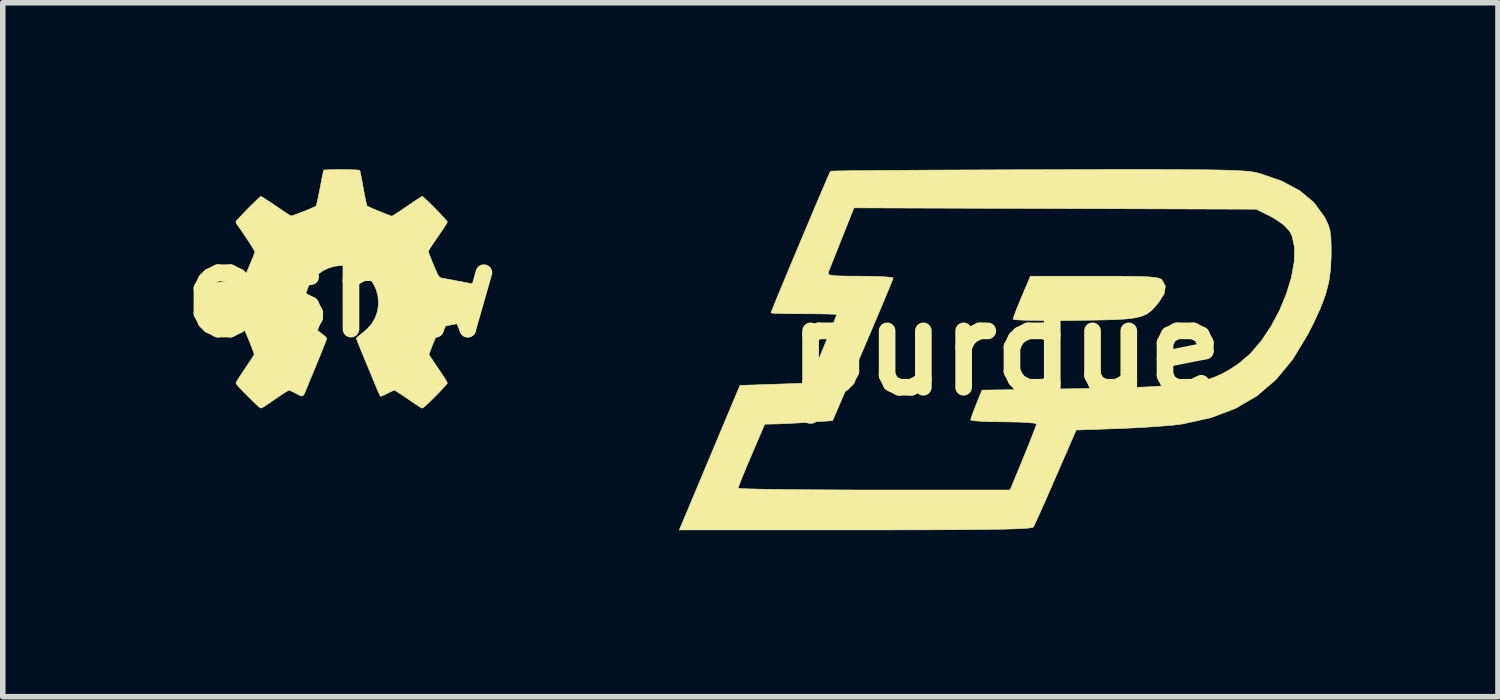
<source format=kicad_pcb>
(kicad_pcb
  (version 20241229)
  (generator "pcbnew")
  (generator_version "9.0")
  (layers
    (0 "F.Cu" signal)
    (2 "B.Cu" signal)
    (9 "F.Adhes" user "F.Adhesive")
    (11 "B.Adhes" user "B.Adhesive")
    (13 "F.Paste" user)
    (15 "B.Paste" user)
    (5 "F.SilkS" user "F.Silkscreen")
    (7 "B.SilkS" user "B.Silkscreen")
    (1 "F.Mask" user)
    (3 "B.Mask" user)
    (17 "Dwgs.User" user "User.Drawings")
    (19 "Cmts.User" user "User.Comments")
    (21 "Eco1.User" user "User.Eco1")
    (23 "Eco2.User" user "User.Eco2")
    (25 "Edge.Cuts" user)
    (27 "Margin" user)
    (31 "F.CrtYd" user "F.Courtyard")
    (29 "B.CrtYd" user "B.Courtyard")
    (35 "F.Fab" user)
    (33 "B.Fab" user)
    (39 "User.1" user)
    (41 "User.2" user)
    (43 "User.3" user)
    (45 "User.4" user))
  (footprint "purdue"
    (layer "F.Cu")
    (at 15.074 3.238)
    (property "Reference" "purdue" (at 0 0 0) (layer "F.SilkS") (effects (font (size 1.524 1.524) (thickness 0.3))))
    (attr through_hole)
    (fp_poly (pts (xy 1.943 -1.312) (xy 2.217 -1.31) (xy 2.425 -1.306) (xy 2.578 -1.299) (xy 2.684 -1.289) (xy 2.753 -1.276) (xy 2.795 -1.259) (xy 2.812 -1.246) (xy 2.872 -1.134) (xy 2.853 -1) (xy 2.752 -0.84) (xy 2.748 -0.834) (xy 2.674 -0.748) (xy 2.605 -0.679) (xy 2.531 -0.627) (xy 2.439 -0.588) (xy 2.319 -0.56) (xy 2.162 -0.541) (xy 1.955 -0.529) (xy 1.688 -0.522) (xy 1.35 -0.517) (xy 1.238 -0.515) (xy 0.942 -0.513) (xy 0.675 -0.513) (xy 0.449 -0.516) (xy 0.275 -0.521) (xy 0.164 -0.528) (xy 0.127 -0.536) (xy 0.143 -0.588) (xy 0.184 -0.698) (xy 0.245 -0.848) (xy 0.284 -0.941) (xy 0.441 -1.312) (xy 1.593 -1.312) (xy 1.943 -1.312)) (stroke (width 0.01) (type solid)) (fill yes) (layer "F.SilkS"))
    (fp_poly (pts (xy 2.725 -3.233) (xy 3.092 -3.232) (xy 3.403 -3.23) (xy 3.662 -3.228) (xy 3.876 -3.224) (xy 4.05 -3.219) (xy 4.19 -3.213) (xy 4.301 -3.206) (xy 4.389 -3.198) (xy 4.46 -3.188) (xy 4.519 -3.176) (xy 4.571 -3.163) (xy 4.572 -3.163) (xy 4.971 -3.025) (xy 5.296 -2.85) (xy 5.55 -2.638) (xy 5.736 -2.384) (xy 5.759 -2.342) (xy 5.807 -2.238) (xy 5.838 -2.137) (xy 5.854 -2.017) (xy 5.86 -1.854) (xy 5.86 -1.693) (xy 5.85 -1.44) (xy 5.818 -1.21) (xy 5.759 -0.981) (xy 5.666 -0.735) (xy 5.535 -0.452) (xy 5.433 -0.254) (xy 5.168 0.184) (xy 4.868 0.548) (xy 4.526 0.842) (xy 4.135 1.071) (xy 3.691 1.239) (xy 3.186 1.35) (xy 3.158 1.354) (xy 3.003 1.373) (xy 2.785 1.391) (xy 2.526 1.409) (xy 2.249 1.424) (xy 2.044 1.433) (xy 1.266 1.46) (xy 0.897 2.307) (xy 0.788 2.558) (xy 0.688 2.785) (xy 0.603 2.974) (xy 0.539 3.115) (xy 0.501 3.195) (xy 0.495 3.207) (xy 0.471 3.217) (xy 0.412 3.226) (xy 0.312 3.234) (xy 0.167 3.24) (xy -0.028 3.246) (xy -0.278 3.25) (xy -0.587 3.254) (xy -0.961 3.256) (xy -1.403 3.258) (xy -1.92 3.259) (xy -2.514 3.26) (xy -2.712 3.26) (xy -5.885 3.26) (xy -5.818 3.101) (xy -5.781 3.012) (xy -5.717 2.861) (xy -5.634 2.662) (xy -5.569 2.508) (xy -4.826 2.508) (xy -4.785 2.514) (xy -4.667 2.519) (xy -4.479 2.524) (xy -4.228 2.529) (xy -3.923 2.533) (xy -3.57 2.536) (xy -3.178 2.538) (xy -2.752 2.54) (xy -2.375 2.54) (xy 0.075 2.54) (xy 0.313 1.963) (xy 0.397 1.757) (xy 0.467 1.579) (xy 0.52 1.442) (xy 0.547 1.363) (xy 0.55 1.35) (xy 0.511 1.336) (xy 0.401 1.325) (xy 0.238 1.317) (xy 0.035 1.313) (xy -0.042 1.312) (xy -0.255 1.31) (xy -0.434 1.303) (xy -0.564 1.294) (xy -0.63 1.282) (xy -0.635 1.277) (xy -0.62 1.222) (xy -0.581 1.114) (xy -0.533 0.991) (xy -0.431 0.741) (xy 1.277 0.715) (xy 1.791 0.706) (xy 2.228 0.695) (xy 2.598 0.681) (xy 2.91 0.662) (xy 3.17 0.638) (xy 3.388 0.607) (xy 3.573 0.567) (xy 3.733 0.517) (xy 3.876 0.456) (xy 4.011 0.383) (xy 4.147 0.296) (xy 4.194 0.263) (xy 4.404 0.084) (xy 4.601 -0.146) (xy 4.778 -0.411) (xy 4.931 -0.699) (xy 5.054 -0.998) (xy 5.144 -1.293) (xy 5.194 -1.573) (xy 5.201 -1.823) (xy 5.157 -2.031) (xy 5.112 -2.121) (xy 4.999 -2.241) (xy 4.827 -2.358) (xy 4.763 -2.392) (xy 4.508 -2.519) (xy 0.885 -2.531) (xy -2.738 -2.543) (xy -2.956 -1.996) (xy -3.037 -1.791) (xy -3.109 -1.611) (xy -3.164 -1.472) (xy -3.196 -1.391) (xy -3.2 -1.381) (xy -3.203 -1.354) (xy -3.178 -1.335) (xy -3.114 -1.323) (xy -2.998 -1.316) (xy -2.82 -1.313) (xy -2.629 -1.312) (xy -2.415 -1.31) (xy -2.235 -1.304) (xy -2.104 -1.294) (xy -2.037 -1.283) (xy -2.032 -1.278) (xy -2.048 -1.233) (xy -2.094 -1.118) (xy -2.166 -0.946) (xy -2.259 -0.723) (xy -2.37 -0.461) (xy -2.495 -0.168) (xy -2.577 0.023) (xy -3.123 1.291) (xy -3.519 1.318) (xy -3.725 1.331) (xy -3.927 1.342) (xy -4.09 1.349) (xy -4.131 1.35) (xy -4.346 1.355) (xy -4.586 1.916) (xy -4.672 2.118) (xy -4.744 2.292) (xy -4.796 2.423) (xy -4.824 2.498) (xy -4.826 2.508) (xy -5.569 2.508) (xy -5.537 2.431) (xy -5.433 2.183) (xy -5.432 2.18) (xy -5.319 1.912) (xy -5.205 1.64) (xy -5.099 1.386) (xy -5.009 1.172) (xy -4.952 1.037) (xy -4.792 0.656) (xy -4.171 0.635) (xy -3.55 0.614) (xy -3.299 0.004) (xy -3.213 -0.206) (xy -3.14 -0.387) (xy -3.085 -0.524) (xy -3.053 -0.605) (xy -3.048 -0.621) (xy -3.088 -0.626) (xy -3.197 -0.63) (xy -3.361 -0.633) (xy -3.564 -0.635) (xy -3.641 -0.635) (xy -3.854 -0.636) (xy -4.033 -0.639) (xy -4.163 -0.643) (xy -4.228 -0.649) (xy -4.233 -0.651) (xy -4.218 -0.694) (xy -4.173 -0.804) (xy -4.106 -0.969) (xy -4.019 -1.178) (xy -3.919 -1.42) (xy -3.808 -1.683) (xy -3.694 -1.956) (xy -3.579 -2.228) (xy -3.47 -2.488) (xy -3.37 -2.723) (xy -3.284 -2.924) (xy -3.218 -3.078) (xy -3.175 -3.175) (xy -3.162 -3.203) (xy -3.117 -3.206) (xy -2.994 -3.209) (xy -2.799 -3.212) (xy -2.537 -3.215) (xy -2.215 -3.218) (xy -1.839 -3.22) (xy -1.414 -3.223) (xy -0.948 -3.225) (xy -0.446 -3.227) (xy 0.087 -3.229) (xy 0.577 -3.23) (xy 1.227 -3.232) (xy 1.798 -3.233) (xy 2.296 -3.233) (xy 2.725 -3.233)) (stroke (width 0.01) (type solid)) (fill yes) (layer "F.SilkS")))
  (footprint "oshw"
    (layer "F.Cu")
    (at 3.092 2.19)
    (property "Reference" "oshw" (at 0 0 0) (layer "F.SilkS") (effects (font (size 1.524 1.524) (thickness 0.3))))
    (attr through_hole)
    (fp_poly (pts (xy 0.09 -2.184) (xy 0.164 -2.183) (xy 0.231 -2.18) (xy 0.284 -2.178) (xy 0.321 -2.174) (xy 0.337 -2.17) (xy 0.338 -2.17) (xy 0.342 -2.16) (xy 0.348 -2.14) (xy 0.355 -2.109) (xy 0.364 -2.063) (xy 0.376 -2.001) (xy 0.391 -1.92) (xy 0.41 -1.818) (xy 0.42 -1.759) (xy 0.434 -1.687) (xy 0.447 -1.624) (xy 0.459 -1.573) (xy 0.469 -1.54) (xy 0.474 -1.528) (xy 0.49 -1.519) (xy 0.525 -1.503) (xy 0.574 -1.481) (xy 0.633 -1.456) (xy 0.697 -1.43) (xy 0.76 -1.404) (xy 0.819 -1.381) (xy 0.868 -1.362) (xy 0.903 -1.35) (xy 0.919 -1.346) (xy 0.933 -1.353) (xy 0.965 -1.373) (xy 1.012 -1.403) (xy 1.071 -1.441) (xy 1.138 -1.487) (xy 1.193 -1.524) (xy 1.265 -1.573) (xy 1.33 -1.617) (xy 1.386 -1.654) (xy 1.429 -1.681) (xy 1.457 -1.698) (xy 1.466 -1.702) (xy 1.479 -1.693) (xy 1.507 -1.669) (xy 1.547 -1.632) (xy 1.595 -1.586) (xy 1.648 -1.534) (xy 1.703 -1.478) (xy 1.758 -1.422) (xy 1.809 -1.368) (xy 1.854 -1.321) (xy 1.889 -1.282) (xy 1.911 -1.255) (xy 1.918 -1.244) (xy 1.915 -1.234) (xy 1.907 -1.217) (xy 1.891 -1.191) (xy 1.867 -1.153) (xy 1.834 -1.103) (xy 1.789 -1.037) (xy 1.733 -0.955) (xy 1.663 -0.854) (xy 1.66 -0.849) (xy 1.626 -0.799) (xy 1.599 -0.756) (xy 1.581 -0.724) (xy 1.575 -0.708) (xy 1.58 -0.691) (xy 1.593 -0.655) (xy 1.612 -0.606) (xy 1.636 -0.546) (xy 1.662 -0.483) (xy 1.689 -0.419) (xy 1.715 -0.359) (xy 1.738 -0.309) (xy 1.747 -0.289) (xy 1.768 -0.257) (xy 1.791 -0.237) (xy 1.796 -0.235) (xy 1.816 -0.231) (xy 1.857 -0.223) (xy 1.915 -0.212) (xy 1.985 -0.199) (xy 2.065 -0.184) (xy 2.101 -0.177) (xy 2.182 -0.162) (xy 2.255 -0.148) (xy 2.316 -0.136) (xy 2.36 -0.127) (xy 2.386 -0.121) (xy 2.39 -0.119) (xy 2.393 -0.105) (xy 2.395 -0.069) (xy 2.397 -0.015) (xy 2.399 0.054) (xy 2.4 0.134) (xy 2.4 0.202) (xy 2.4 0.307) (xy 2.399 0.389) (xy 2.397 0.45) (xy 2.394 0.492) (xy 2.39 0.518) (xy 2.385 0.53) (xy 2.384 0.53) (xy 2.368 0.536) (xy 2.33 0.545) (xy 2.275 0.557) (xy 2.206 0.571) (xy 2.127 0.587) (xy 2.084 0.595) (xy 2.001 0.61) (xy 1.927 0.625) (xy 1.864 0.639) (xy 1.817 0.651) (xy 1.789 0.66) (xy 1.784 0.663) (xy 1.775 0.679) (xy 1.759 0.714) (xy 1.738 0.763) (xy 1.713 0.823) (xy 1.686 0.889) (xy 1.659 0.955) (xy 1.634 1.018) (xy 1.613 1.073) (xy 1.597 1.116) (xy 1.588 1.142) (xy 1.587 1.147) (xy 1.594 1.16) (xy 1.614 1.191) (xy 1.644 1.237) (xy 1.682 1.294) (xy 1.727 1.36) (xy 1.753 1.398) (xy 1.8 1.468) (xy 1.842 1.531) (xy 1.877 1.586) (xy 1.902 1.628) (xy 1.916 1.654) (xy 1.918 1.661) (xy 1.909 1.676) (xy 1.884 1.706) (xy 1.846 1.749) (xy 1.796 1.802) (xy 1.737 1.863) (xy 1.697 1.903) (xy 1.628 1.972) (xy 1.574 2.024) (xy 1.534 2.062) (xy 1.504 2.088) (xy 1.483 2.104) (xy 1.468 2.111) (xy 1.457 2.112) (xy 1.447 2.108) (xy 1.447 2.108) (xy 1.428 2.096) (xy 1.392 2.072) (xy 1.342 2.039) (xy 1.282 1.999) (xy 1.216 1.953) (xy 1.199 1.942) (xy 1.133 1.897) (xy 1.073 1.857) (xy 1.023 1.825) (xy 0.986 1.802) (xy 0.966 1.791) (xy 0.964 1.791) (xy 0.946 1.796) (xy 0.912 1.811) (xy 0.866 1.833) (xy 0.836 1.849) (xy 0.787 1.872) (xy 0.747 1.89) (xy 0.72 1.899) (xy 0.713 1.9) (xy 0.704 1.886) (xy 0.689 1.853) (xy 0.667 1.805) (xy 0.641 1.745) (xy 0.622 1.699) (xy 0.594 1.631) (xy 0.559 1.546) (xy 0.519 1.449) (xy 0.477 1.348) (xy 0.435 1.247) (xy 0.411 1.189) (xy 0.376 1.104) (xy 0.345 1.027) (xy 0.318 0.961) (xy 0.297 0.908) (xy 0.284 0.872) (xy 0.279 0.857) (xy 0.279 0.857) (xy 0.289 0.842) (xy 0.315 0.818) (xy 0.351 0.789) (xy 0.359 0.784) (xy 0.469 0.692) (xy 0.556 0.594) (xy 0.619 0.486) (xy 0.659 0.37) (xy 0.677 0.243) (xy 0.677 0.203) (xy 0.665 0.079) (xy 0.63 -0.038) (xy 0.575 -0.145) (xy 0.502 -0.24) (xy 0.414 -0.32) (xy 0.312 -0.384) (xy 0.199 -0.43) (xy 0.077 -0.454) (xy 0.008 -0.457) (xy -0.104 -0.445) (xy -0.217 -0.413) (xy -0.324 -0.362) (xy -0.418 -0.297) (xy -0.435 -0.282) (xy -0.523 -0.184) (xy -0.588 -0.076) (xy -0.629 0.041) (xy -0.647 0.168) (xy -0.648 0.202) (xy -0.639 0.329) (xy -0.611 0.443) (xy -0.562 0.546) (xy -0.492 0.641) (xy -0.398 0.731) (xy -0.343 0.775) (xy -0.303 0.806) (xy -0.272 0.834) (xy -0.256 0.854) (xy -0.254 0.858) (xy -0.259 0.874) (xy -0.272 0.91) (xy -0.293 0.964) (xy -0.32 1.032) (xy -0.353 1.113) (xy -0.39 1.204) (xy -0.421 1.279) (xy -0.462 1.379) (xy -0.502 1.476) (xy -0.539 1.566) (xy -0.572 1.645) (xy -0.598 1.711) (xy -0.618 1.758) (xy -0.626 1.778) (xy -0.65 1.837) (xy -0.669 1.874) (xy -0.688 1.892) (xy -0.713 1.894) (xy -0.749 1.88) (xy -0.8 1.853) (xy -0.807 1.849) (xy -0.856 1.824) (xy -0.898 1.805) (xy -0.927 1.793) (xy -0.935 1.791) (xy -0.951 1.798) (xy -0.984 1.817) (xy -1.031 1.847) (xy -1.088 1.884) (xy -1.153 1.928) (xy -1.172 1.941) (xy -1.239 1.987) (xy -1.301 2.029) (xy -1.354 2.065) (xy -1.394 2.091) (xy -1.418 2.106) (xy -1.42 2.107) (xy -1.431 2.111) (xy -1.442 2.111) (xy -1.456 2.105) (xy -1.476 2.091) (xy -1.504 2.066) (xy -1.543 2.03) (xy -1.594 1.98) (xy -1.661 1.914) (xy -1.672 1.903) (xy -1.746 1.829) (xy -1.803 1.77) (xy -1.844 1.726) (xy -1.871 1.693) (xy -1.886 1.671) (xy -1.889 1.657) (xy -1.889 1.657) (xy -1.881 1.639) (xy -1.86 1.604) (xy -1.829 1.555) (xy -1.79 1.495) (xy -1.745 1.428) (xy -1.723 1.395) (xy -1.677 1.326) (xy -1.635 1.263) (xy -1.602 1.211) (xy -1.577 1.171) (xy -1.564 1.148) (xy -1.562 1.143) (xy -1.567 1.124) (xy -1.58 1.087) (xy -1.599 1.036) (xy -1.623 0.975) (xy -1.649 0.909) (xy -1.677 0.843) (xy -1.703 0.781) (xy -1.726 0.727) (xy -1.744 0.687) (xy -1.756 0.665) (xy -1.758 0.663) (xy -1.775 0.655) (xy -1.813 0.645) (xy -1.869 0.632) (xy -1.938 0.617) (xy -2.017 0.602) (xy -2.059 0.594) (xy -2.141 0.579) (xy -2.216 0.564) (xy -2.279 0.551) (xy -2.326 0.54) (xy -2.354 0.533) (xy -2.359 0.53) (xy -2.364 0.514) (xy -2.369 0.477) (xy -2.372 0.423) (xy -2.374 0.357) (xy -2.376 0.282) (xy -2.376 0.204) (xy -2.376 0.125) (xy -2.374 0.051) (xy -2.372 -0.015) (xy -2.369 -0.069) (xy -2.365 -0.105) (xy -2.359 -0.121) (xy -2.359 -0.121) (xy -2.342 -0.125) (xy -2.305 -0.133) (xy -2.249 -0.144) (xy -2.18 -0.157) (xy -2.1 -0.173) (xy -2.047 -0.183) (xy -1.963 -0.199) (xy -1.888 -0.214) (xy -1.824 -0.228) (xy -1.776 -0.239) (xy -1.747 -0.246) (xy -1.74 -0.249) (xy -1.73 -0.266) (xy -1.713 -0.302) (xy -1.691 -0.351) (xy -1.665 -0.41) (xy -1.638 -0.474) (xy -1.612 -0.539) (xy -1.587 -0.598) (xy -1.568 -0.649) (xy -1.554 -0.685) (xy -1.549 -0.704) (xy -1.549 -0.704) (xy -1.556 -0.719) (xy -1.575 -0.752) (xy -1.603 -0.798) (xy -1.639 -0.854) (xy -1.679 -0.917) (xy -1.722 -0.982) (xy -1.765 -1.045) (xy -1.805 -1.104) (xy -1.841 -1.154) (xy -1.869 -1.192) (xy -1.886 -1.221) (xy -1.892 -1.243) (xy -1.884 -1.257) (xy -1.86 -1.286) (xy -1.823 -1.326) (xy -1.778 -1.375) (xy -1.726 -1.429) (xy -1.671 -1.485) (xy -1.615 -1.541) (xy -1.562 -1.592) (xy -1.515 -1.637) (xy -1.477 -1.673) (xy -1.451 -1.695) (xy -1.439 -1.702) (xy -1.425 -1.695) (xy -1.393 -1.675) (xy -1.347 -1.645) (xy -1.288 -1.607) (xy -1.221 -1.562) (xy -1.173 -1.529) (xy -1.101 -1.48) (xy -1.036 -1.436) (xy -0.98 -1.399) (xy -0.937 -1.371) (xy -0.909 -1.354) (xy -0.901 -1.35) (xy -0.883 -1.353) (xy -0.847 -1.364) (xy -0.797 -1.382) (xy -0.738 -1.404) (xy -0.674 -1.428) (xy -0.61 -1.454) (xy -0.551 -1.479) (xy -0.501 -1.501) (xy -0.465 -1.518) (xy -0.448 -1.528) (xy -0.442 -1.544) (xy -0.432 -1.582) (xy -0.419 -1.637) (xy -0.404 -1.707) (xy -0.388 -1.787) (xy -0.375 -1.852) (xy -0.359 -1.938) (xy -0.344 -2.016) (xy -0.331 -2.081) (xy -0.32 -2.132) (xy -0.313 -2.164) (xy -0.31 -2.173) (xy -0.296 -2.177) (xy -0.26 -2.18) (xy -0.207 -2.182) (xy -0.141 -2.184) (xy -0.067 -2.185) (xy 0.011 -2.185) (xy 0.09 -2.184)) (stroke (width 0.01) (type solid)) (fill yes) (layer "F.SilkS")))
  (gr_rect
    (start -3 -3)
    (end 23.939 9.503)
    (stroke (width 0.1) (type default))
    (fill no)
    (layer "Edge.Cuts")))
</source>
